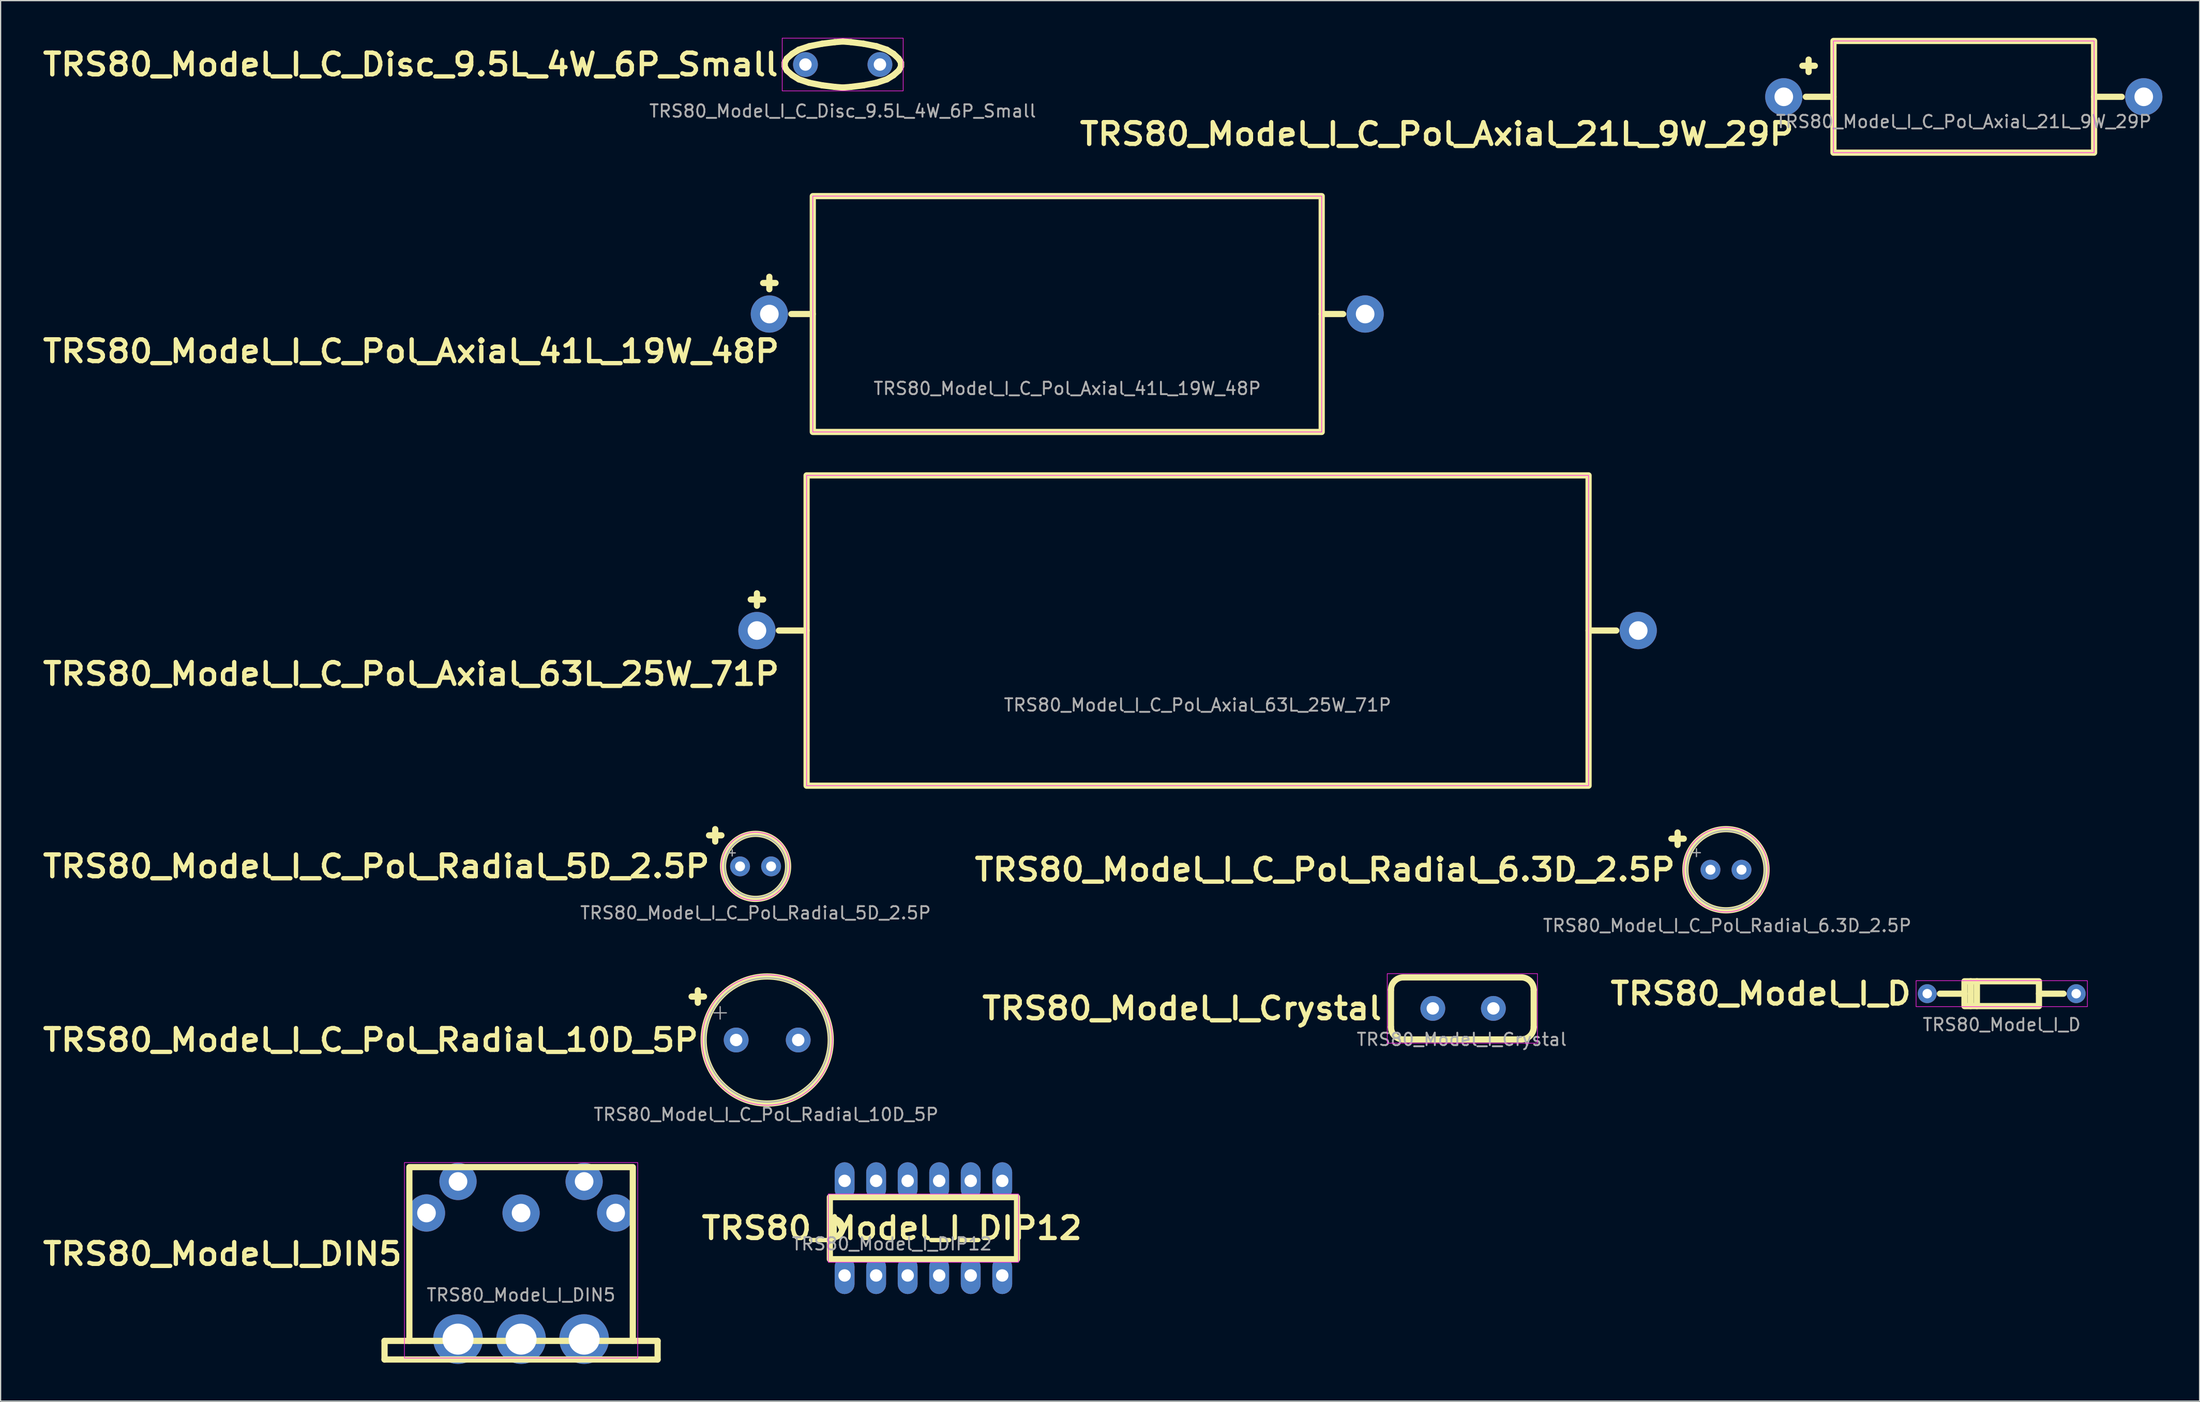
<source format=kicad_pcb>
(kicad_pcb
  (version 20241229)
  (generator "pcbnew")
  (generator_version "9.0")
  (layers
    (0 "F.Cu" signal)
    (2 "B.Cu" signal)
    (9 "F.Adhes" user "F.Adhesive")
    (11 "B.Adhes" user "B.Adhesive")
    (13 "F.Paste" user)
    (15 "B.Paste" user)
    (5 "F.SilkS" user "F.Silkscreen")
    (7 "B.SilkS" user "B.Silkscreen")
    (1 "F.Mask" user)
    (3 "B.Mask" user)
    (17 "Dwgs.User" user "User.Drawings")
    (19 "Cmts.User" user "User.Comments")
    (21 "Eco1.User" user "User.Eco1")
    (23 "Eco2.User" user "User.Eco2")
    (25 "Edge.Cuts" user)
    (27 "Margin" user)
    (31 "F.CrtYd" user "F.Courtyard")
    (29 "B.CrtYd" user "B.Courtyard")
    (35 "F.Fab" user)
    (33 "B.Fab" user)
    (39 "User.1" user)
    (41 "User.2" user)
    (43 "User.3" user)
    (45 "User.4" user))
  (footprint "TRS80_Model_I_C_Pol_Axial_41L_19W_48P"
    (layer "F.Cu")
    (at 82.932 22.25)
    (property "Reference" "TRS80_Model_I_C_Pol_Axial_41L_19W_48P" (at -23 3 0) (unlocked yes) (layer "F.SilkS") (effects (font (size 1.75 1.9) (thickness 0.35) (bold yes)) (justify right)))
    (attr through_hole)
    (fp_line (start -24.5 -2.5) (end -23.5 -2.5) (stroke (width 0.5) (type solid)) (layer "F.SilkS"))
    (fp_line (start -24 -3) (end -24 -2) (stroke (width 0.5) (type solid)) (layer "F.SilkS"))
    (fp_line (start -20.5 0) (end -22.225 0) (stroke (width 0.5) (type default)) (layer "F.SilkS"))
    (fp_line (start 20.5 0) (end 22.225 0) (stroke (width 0.5) (type default)) (layer "F.SilkS"))
    (fp_rect (start -20.5 -9.5) (end 20.5 9.5) (stroke (width 0.5) (type default)) (fill no) (layer "F.SilkS"))
    (fp_rect (start -20.5 -9.5) (end 20.5 9.5) (stroke (width 0.05) (type default)) (fill no) (layer "F.CrtYd"))
    (fp_text user "${REFERENCE}" (at 0 6 0) (unlocked yes) (layer "F.Fab") (effects (font (size 1 1) (thickness 0.15))))
    (pad "1" thru_hole circle (at -24 0) (size 3 3) (drill 1.5) (layers "*.Cu" "*.Mask"))
    (pad "2" thru_hole circle (at 24 0) (size 3 3) (drill 1.5) (layers "*.Cu" "*.Mask")))
  (footprint "TRS80_Model_I_DIP12"
    (layer "F.Cu")
    (at 71.345 95.897)
    (property "Reference" "TRS80_Model_I_DIP12" (at -2.54 0 0) (unlocked yes) (layer "F.SilkS") (effects (font (size 1.75 1.9) (thickness 0.35) (bold yes))))
    (attr through_hole)
    (fp_rect (start -7.54 -2.5) (end 7.54 2.5) (stroke (width 0.5) (type default)) (fill no) (layer "F.SilkS"))
    (fp_arc (start -7.29 -0.75) (mid -6.54 0) (end -7.29 0.75) (stroke (width 0.5) (type default)) (layer "F.SilkS"))
    (fp_rect (start -7.663 -2.75) (end 7.663 2.75) (stroke (width 0.05) (type default)) (fill no) (layer "F.CrtYd"))
    (fp_text user "${REFERENCE}" (at -2.54 1.27 0) (unlocked yes) (layer "F.Fab") (effects (font (size 1 1) (thickness 0.15))))
    (pad "1" thru_hole roundrect (at -6.35 3.81) (size 1.6 3) (drill 1) (layers "*.Cu" "*.Mask") (roundrect_rratio 0.5))
    (pad "2" thru_hole roundrect (at -3.81 3.81) (size 1.6 3) (drill 1) (layers "*.Cu" "*.Mask") (roundrect_rratio 0.5))
    (pad "3" thru_hole roundrect (at -1.27 3.81) (size 1.6 3) (drill 1) (layers "*.Cu" "*.Mask") (roundrect_rratio 0.5))
    (pad "4" thru_hole roundrect (at 1.27 3.81) (size 1.6 3) (drill 1) (layers "*.Cu" "*.Mask") (roundrect_rratio 0.5))
    (pad "5" thru_hole roundrect (at 3.81 3.81) (size 1.6 3) (drill 1) (layers "*.Cu" "*.Mask") (roundrect_rratio 0.5))
    (pad "6" thru_hole roundrect (at 6.35 3.81) (size 1.6 3) (drill 1) (layers "*.Cu" "*.Mask") (roundrect_rratio 0.5))
    (pad "7" thru_hole roundrect (at 6.35 -3.81) (size 1.6 3) (drill 1) (layers "*.Cu" "*.Mask") (roundrect_rratio 0.5))
    (pad "8" thru_hole roundrect (at 3.81 -3.81) (size 1.6 3) (drill 1) (layers "*.Cu" "*.Mask") (roundrect_rratio 0.5))
    (pad "9" thru_hole roundrect (at 1.27 -3.81) (size 1.6 3) (drill 1) (layers "*.Cu" "*.Mask") (roundrect_rratio 0.5))
    (pad "10" thru_hole roundrect (at -1.27 -3.81) (size 1.6 3) (drill 1) (layers "*.Cu" "*.Mask") (roundrect_rratio 0.5))
    (pad "11" thru_hole roundrect (at -3.81 -3.81) (size 1.6 3) (drill 1) (layers "*.Cu" "*.Mask") (roundrect_rratio 0.5))
    (pad "12" thru_hole roundrect (at -6.35 -3.81) (size 1.6 3) (drill 1) (layers "*.Cu" "*.Mask") (roundrect_rratio 0.5)))
  (footprint "TRS80_Model_I_C_Pol_Radial_5D_2.5P"
    (layer "F.Cu")
    (at 57.822 66.75)
    (property "Reference" "TRS80_Model_I_C_Pol_Radial_5D_2.5P" (at -3.5 0 0) (unlocked yes) (layer "F.SilkS") (effects (font (size 1.75 1.9) (thickness 0.35) (bold yes)) (justify right)))
    (attr through_hole)
    (fp_line (start -3.75 -2.5) (end -2.75 -2.5) (stroke (width 0.5) (type solid)) (layer "F.SilkS"))
    (fp_line (start -3.25 -3) (end -3.25 -2) (stroke (width 0.5) (type solid)) (layer "F.SilkS"))
    (fp_circle (center 0 0) (end 2.62 0) (stroke (width 0.5) (type solid)) (fill no) (layer "F.SilkS"))
    (fp_circle (center 0 0) (end 2.75 0) (stroke (width 0.05) (type solid)) (fill no) (layer "F.CrtYd"))
    (fp_line (start -2.134 -1.087) (end -1.634 -1.087) (stroke (width 0.1) (type solid)) (layer "F.Fab"))
    (fp_line (start -1.884 -1.337) (end -1.884 -0.838) (stroke (width 0.1) (type solid)) (layer "F.Fab"))
    (fp_circle (center 0 0) (end 2.5 0) (stroke (width 0.1) (type solid)) (fill no) (layer "F.Fab"))
    (fp_text user "${REFERENCE}" (at 0 3.75 0) (unlocked yes) (layer "F.Fab") (effects (font (size 1 1) (thickness 0.15))))
    (pad "1" thru_hole circle (at -1.25 0) (size 1.6 1.6) (drill 0.8) (layers "*.Cu" "*.Mask"))
    (pad "2" thru_hole circle (at 1.25 0) (size 1.6 1.6) (drill 0.8) (layers "*.Cu" "*.Mask")))
  (footprint "TRS80_Model_I_C_Pol_Axial_21L_9W_29P"
    (layer "F.Cu")
    (at 155.16 4.75)
    (property "Reference" "TRS80_Model_I_C_Pol_Axial_21L_9W_29P" (at -13.5 3 0) (unlocked yes) (layer "F.SilkS") (effects (font (size 1.75 1.9) (thickness 0.35) (bold yes)) (justify right)))
    (attr through_hole)
    (fp_line (start -13 -2.5) (end -12 -2.5) (stroke (width 0.5) (type solid)) (layer "F.SilkS"))
    (fp_line (start -12.5 -3) (end -12.5 -2) (stroke (width 0.5) (type solid)) (layer "F.SilkS"))
    (fp_line (start -10.5 0) (end -12.725 0) (stroke (width 0.5) (type default)) (layer "F.SilkS"))
    (fp_line (start 10.5 0) (end 12.725 0) (stroke (width 0.5) (type default)) (layer "F.SilkS"))
    (fp_rect (start -10.5 -4.5) (end 10.5 4.5) (stroke (width 0.5) (type default)) (fill no) (layer "F.SilkS"))
    (fp_rect (start -10.5 -4.5) (end 10.5 4.5) (stroke (width 0.05) (type default)) (fill no) (layer "F.CrtYd"))
    (fp_text user "${REFERENCE}" (at 0 2 0) (unlocked yes) (layer "F.Fab") (effects (font (size 1 1) (thickness 0.15))))
    (pad "1" thru_hole circle (at -14.5 0) (size 3 3) (drill 1.5) (layers "*.Cu" "*.Mask"))
    (pad "2" thru_hole circle (at 14.5 0) (size 3 3) (drill 1.5) (layers "*.Cu" "*.Mask")))
  (footprint "TRS80_Model_I_C_Pol_Axial_63L_25W_71P"
    (layer "F.Cu")
    (at 93.432 47.75)
    (property "Reference" "TRS80_Model_I_C_Pol_Axial_63L_25W_71P" (at -33.5 3.5 0) (unlocked yes) (layer "F.SilkS") (effects (font (size 1.75 1.9) (thickness 0.35) (bold yes)) (justify right)))
    (attr through_hole)
    (fp_line (start -36 -2.5) (end -35 -2.5) (stroke (width 0.5) (type solid)) (layer "F.SilkS"))
    (fp_line (start -35.5 -3) (end -35.5 -2) (stroke (width 0.5) (type solid)) (layer "F.SilkS"))
    (fp_line (start -31.5 0) (end -33.731 0) (stroke (width 0.5) (type default)) (layer "F.SilkS"))
    (fp_line (start 31.5 0) (end 33.731 0) (stroke (width 0.5) (type default)) (layer "F.SilkS"))
    (fp_rect (start -31.5 -12.5) (end 31.5 12.5) (stroke (width 0.5) (type default)) (fill no) (layer "F.SilkS"))
    (fp_rect (start -31.5 -12.5) (end 31.5 12.5) (stroke (width 0.05) (type default)) (fill no) (layer "F.CrtYd"))
    (fp_text user "${REFERENCE}" (at 0 6 0) (unlocked yes) (layer "F.Fab") (effects (font (size 1 1) (thickness 0.15))))
    (pad "1" thru_hole circle (at -35.5 0) (size 3 3) (drill 1.5) (layers "*.Cu" "*.Mask"))
    (pad "2" thru_hole circle (at 35.5 0) (size 3 3) (drill 1.5) (layers "*.Cu" "*.Mask")))
  (footprint "TRS80_Model_I_C_Disc_9.5L_4W_6P_Small"
    (layer "F.Cu")
    (at 64.841 2.148)
    (property "Reference" "TRS80_Model_I_C_Disc_9.5L_4W_6P_Small" (at -5 0 0) (unlocked yes) (layer "F.SilkS") (effects (font (size 1.75 1.9) (thickness 0.35) (bold yes)) (justify right)))
    (attr through_hole)
    (fp_line (start -4.674 -0.152) (end -4.674 0) (stroke (width 0.5) (type default)) (layer "F.SilkS"))
    (fp_line (start -4.674 -0.152) (end -4.496 -0.483) (stroke (width 0.5) (type default)) (layer "F.SilkS"))
    (fp_line (start -4.674 0.152) (end -4.674 0) (stroke (width 0.5) (type default)) (layer "F.SilkS"))
    (fp_line (start -4.674 0.152) (end -4.496 0.483) (stroke (width 0.5) (type default)) (layer "F.SilkS"))
    (fp_line (start -4.496 -0.483) (end -4.064 -0.864) (stroke (width 0.5) (type default)) (layer "F.SilkS"))
    (fp_line (start -4.496 0.483) (end -4.064 0.864) (stroke (width 0.5) (type default)) (layer "F.SilkS"))
    (fp_line (start -4.064 -0.864) (end -3.531 -1.194) (stroke (width 0.5) (type default)) (layer "F.SilkS"))
    (fp_line (start -4.064 0.864) (end -3.531 1.194) (stroke (width 0.5) (type default)) (layer "F.SilkS"))
    (fp_line (start -3.531 -1.194) (end -2.692 -1.473) (stroke (width 0.5) (type default)) (layer "F.SilkS"))
    (fp_line (start -3.531 1.194) (end -2.692 1.473) (stroke (width 0.5) (type default)) (layer "F.SilkS"))
    (fp_line (start -2.692 -1.473) (end -1.651 -1.676) (stroke (width 0.5) (type default)) (layer "F.SilkS"))
    (fp_line (start -2.692 1.473) (end -1.651 1.676) (stroke (width 0.5) (type default)) (layer "F.SilkS"))
    (fp_line (start -1.651 -1.676) (end -0.635 -1.803) (stroke (width 0.5) (type default)) (layer "F.SilkS"))
    (fp_line (start -1.651 1.676) (end -0.635 1.803) (stroke (width 0.5) (type default)) (layer "F.SilkS"))
    (fp_line (start -0.635 -1.803) (end 0 -1.854) (stroke (width 0.5) (type default)) (layer "F.SilkS"))
    (fp_line (start -0.635 1.803) (end 0 1.854) (stroke (width 0.5) (type default)) (layer "F.SilkS"))
    (fp_line (start 0.66 -1.803) (end 0.025 -1.854) (stroke (width 0.5) (type default)) (layer "F.SilkS"))
    (fp_line (start 0.66 1.803) (end 0.025 1.854) (stroke (width 0.5) (type default)) (layer "F.SilkS"))
    (fp_line (start 1.676 -1.676) (end 0.66 -1.803) (stroke (width 0.5) (type default)) (layer "F.SilkS"))
    (fp_line (start 1.676 1.676) (end 0.66 1.803) (stroke (width 0.5) (type default)) (layer "F.SilkS"))
    (fp_line (start 2.718 -1.473) (end 1.676 -1.676) (stroke (width 0.5) (type default)) (layer "F.SilkS"))
    (fp_line (start 2.718 1.473) (end 1.676 1.676) (stroke (width 0.5) (type default)) (layer "F.SilkS"))
    (fp_line (start 3.556 -1.194) (end 2.718 -1.473) (stroke (width 0.5) (type default)) (layer "F.SilkS"))
    (fp_line (start 3.556 1.194) (end 2.718 1.473) (stroke (width 0.5) (type default)) (layer "F.SilkS"))
    (fp_line (start 4.089 -0.864) (end 3.556 -1.194) (stroke (width 0.5) (type default)) (layer "F.SilkS"))
    (fp_line (start 4.089 0.864) (end 3.556 1.194) (stroke (width 0.5) (type default)) (layer "F.SilkS"))
    (fp_line (start 4.496 -0.483) (end 4.089 -0.864) (stroke (width 0.5) (type default)) (layer "F.SilkS"))
    (fp_line (start 4.521 0.483) (end 4.089 0.864) (stroke (width 0.5) (type default)) (layer "F.SilkS"))
    (fp_line (start 4.699 -0.152) (end 4.496 -0.483) (stroke (width 0.5) (type default)) (layer "F.SilkS"))
    (fp_line (start 4.699 -0.152) (end 4.699 0) (stroke (width 0.5) (type default)) (layer "F.SilkS"))
    (fp_line (start 4.699 0.152) (end 4.521 0.483) (stroke (width 0.5) (type default)) (layer "F.SilkS"))
    (fp_line (start 4.699 0.152) (end 4.699 0) (stroke (width 0.5) (type default)) (layer "F.SilkS"))
    (fp_rect (start -4.873 -2.123) (end 4.873 2.123) (stroke (width 0.05) (type default)) (fill no) (layer "F.CrtYd"))
    (fp_text user "${REFERENCE}" (at 0 3.75 0) (unlocked yes) (layer "F.Fab") (effects (font (size 1 1) (thickness 0.15))))
    (pad "1" thru_hole circle (at -3 0) (size 2 2) (drill 1) (layers "*.Cu" "*.Mask"))
    (pad "2" thru_hole circle (at 3 0) (size 2 2) (drill 1) (layers "*.Cu" "*.Mask")))
  (footprint "TRS80_Model_I_D"
    (layer "F.Cu")
    (at 158.217 77.006)
    (property "Reference" "TRS80_Model_I_D" (at -7.1 0 0) (unlocked yes) (layer "F.SilkS") (effects (font (size 1.75 1.9) (thickness 0.35) (bold yes)) (justify right)))
    (attr through_hole)
    (fp_line (start -3 0) (end -4.978 0) (stroke (width 0.5) (type default)) (layer "F.SilkS"))
    (fp_line (start -2.5 -1) (end -2.5 1) (stroke (width 0.5) (type default)) (layer "F.SilkS"))
    (fp_line (start -2 -1) (end -2 1) (stroke (width 0.5) (type default)) (layer "F.SilkS"))
    (fp_line (start 3 0) (end 4.978 0) (stroke (width 0.5) (type default)) (layer "F.SilkS"))
    (fp_rect (start -3 -1) (end 3 1) (stroke (width 0.5) (type default)) (fill no) (layer "F.SilkS"))
    (fp_rect (start -6.9 -1.046) (end 6.9 1.046) (stroke (width 0.05) (type default)) (fill no) (layer "F.CrtYd"))
    (fp_text user "${REFERENCE}" (at 0 2.5 0) (unlocked yes) (layer "F.Fab") (effects (font (size 1 1) (thickness 0.15))))
    (pad "1" thru_hole circle (at -6 0) (size 1.524 1.524) (drill 0.762) (layers "*.Cu" "*.Mask"))
    (pad "2" thru_hole circle (at 6 0) (size 1.524 1.524) (drill 0.762) (layers "*.Cu" "*.Mask")))
  (footprint "TRS80_Model_I_C_Pol_Radial_6.3D_2.5P"
    (layer "F.Cu")
    (at 136.103 67.02)
    (property "Reference" "TRS80_Model_I_C_Pol_Radial_6.3D_2.5P" (at -4 0 0) (unlocked yes) (layer "F.SilkS") (effects (font (size 1.75 1.9) (thickness 0.35) (bold yes)) (justify right)))
    (attr through_hole)
    (fp_line (start -4.5 -2.5) (end -3.5 -2.5) (stroke (width 0.5) (type solid)) (layer "F.SilkS"))
    (fp_line (start -4 -3) (end -4 -2) (stroke (width 0.5) (type solid)) (layer "F.SilkS"))
    (fp_circle (center -0.1 0) (end 3.17 0) (stroke (width 0.5) (type solid)) (fill no) (layer "F.SilkS"))
    (fp_circle (center -0.1 0) (end 3.3 0) (stroke (width 0.05) (type solid)) (fill no) (layer "F.CrtYd"))
    (fp_line (start -2.794 -1.373) (end -2.164 -1.373) (stroke (width 0.1) (type solid)) (layer "F.Fab"))
    (fp_line (start -2.479 -1.688) (end -2.479 -1.058) (stroke (width 0.1) (type solid)) (layer "F.Fab"))
    (fp_circle (center -0.1 0) (end 3.05 0) (stroke (width 0.1) (type solid)) (fill no) (layer "F.Fab"))
    (fp_text user "${REFERENCE}" (at 0 4.5 0) (unlocked yes) (layer "F.Fab") (effects (font (size 1 1) (thickness 0.15))))
    (pad "1" thru_hole circle (at -1.35 0) (size 1.6 1.6) (drill 0.8) (layers "*.Cu" "*.Mask"))
    (pad "2" thru_hole circle (at 1.15 0) (size 1.6 1.6) (drill 0.8) (layers "*.Cu" "*.Mask")))
  (footprint "TRS80_Model_I_Crystal"
    (layer "F.Cu")
    (at 114.713 78.193)
    (property "Reference" "TRS80_Model_I_Crystal" (at -6.25 0 0) (unlocked yes) (layer "F.SilkS") (effects (font (size 1.75 1.9) (thickness 0.35) (bold yes)) (justify right)))
    (attr through_hole)
    (fp_line (start -5.7 -1.5) (end -5.7 1.5) (stroke (width 0.5) (type default)) (layer "F.SilkS"))
    (fp_line (start -4.7 -2.5) (end 4.8 -2.5) (stroke (width 0.5) (type default)) (layer "F.SilkS"))
    (fp_line (start 4.8 2.5) (end -4.7 2.5) (stroke (width 0.5) (type default)) (layer "F.SilkS"))
    (fp_line (start 5.8 -1.5) (end 5.8 1.5) (stroke (width 0.5) (type default)) (layer "F.SilkS"))
    (fp_arc (start -5.7 -1.5) (mid -5.407107 -2.207106) (end -4.7 -2.5) (stroke (width 0.5) (type default)) (layer "F.SilkS"))
    (fp_arc (start -4.7 2.5) (mid -5.407106 2.207107) (end -5.7 1.5) (stroke (width 0.5) (type default)) (layer "F.SilkS"))
    (fp_arc (start 4.8 -2.5) (mid 5.507106 -2.207107) (end 5.8 -1.5) (stroke (width 0.5) (type default)) (layer "F.SilkS"))
    (fp_arc (start 5.8 1.5) (mid 5.507107 2.207106) (end 4.8 2.5) (stroke (width 0.5) (type default)) (layer "F.SilkS"))
    (fp_rect (start -6 -2.8) (end 6.1 2.8) (stroke (width 0.05) (type default)) (fill no) (layer "F.CrtYd"))
    (fp_text user "${REFERENCE}" (at 0 2.5 0) (unlocked yes) (layer "F.Fab") (effects (font (size 1 1) (thickness 0.15))))
    (pad "1" thru_hole circle (at -2.33 0) (size 2 2) (drill 1) (layers "*.Cu" "*.Mask"))
    (pad "2" thru_hole circle (at 2.55 0) (size 2 2) (drill 1) (layers "*.Cu" "*.Mask")))
  (footprint "TRS80_Model_I_C_Pol_Radial_10D_5P"
    (layer "F.Cu")
    (at 58.668 80.738)
    (property "Reference" "TRS80_Model_I_C_Pol_Radial_10D_5P" (at -5.25 0 0) (unlocked yes) (layer "F.SilkS") (effects (font (size 1.75 1.9) (thickness 0.35) (bold yes)) (justify right)))
    (attr through_hole)
    (fp_line (start -6 -3.5) (end -5 -3.5) (stroke (width 0.5) (type solid)) (layer "F.SilkS"))
    (fp_line (start -5.5 -4) (end -5.5 -3) (stroke (width 0.5) (type solid)) (layer "F.SilkS"))
    (fp_circle (center 0.09 0) (end 5.21 0) (stroke (width 0.5) (type solid)) (fill no) (layer "F.SilkS"))
    (fp_circle (center 0.09 0) (end 5.34 0) (stroke (width 0.05) (type solid)) (fill no) (layer "F.CrtYd"))
    (fp_line (start -4.199 -2.188) (end -3.199 -2.188) (stroke (width 0.1) (type solid)) (layer "F.Fab"))
    (fp_line (start -3.699 -2.688) (end -3.699 -1.688) (stroke (width 0.1) (type solid)) (layer "F.Fab"))
    (fp_circle (center 0.09 0) (end 5.09 0) (stroke (width 0.1) (type solid)) (fill no) (layer "F.Fab"))
    (fp_text user "${REFERENCE}" (at 0 6 0) (unlocked yes) (layer "F.Fab") (effects (font (size 1 1) (thickness 0.15))))
    (pad "1" thru_hole circle (at -2.41 0) (size 2 2) (drill 1) (layers "*.Cu" "*.Mask"))
    (pad "2" thru_hole circle (at 2.59 0) (size 2 2) (drill 1) (layers "*.Cu" "*.Mask")))
  (footprint "TRS80_Model_I_DIN5"
    (layer "F.Cu")
    (at 38.93 97.978)
    (property "Reference" "TRS80_Model_I_DIN5" (at -9.398 0 0) (unlocked yes) (layer "F.SilkS") (effects (font (size 1.75 1.9) (thickness 0.35) (bold yes)) (justify right)))
    (attr through_hole)
    (fp_line (start -11 7) (end -11 8.5) (stroke (width 0.5) (type default)) (layer "F.SilkS"))
    (fp_line (start -9 7) (end -11 7) (stroke (width 0.5) (type default)) (layer "F.SilkS"))
    (fp_line (start 9 7) (end 11 7) (stroke (width 0.5) (type default)) (layer "F.SilkS"))
    (fp_line (start 11 7) (end 11 8.5) (stroke (width 0.5) (type default)) (layer "F.SilkS"))
    (fp_line (start 11 8.5) (end -11 8.5) (stroke (width 0.5) (type default)) (layer "F.SilkS"))
    (fp_rect (start -9 -7) (end 9 7) (stroke (width 0.5) (type default)) (fill no) (layer "F.SilkS"))
    (fp_rect (start -9.398 -7.366) (end 9.398 8.382) (stroke (width 0.05) (type default)) (fill no) (layer "F.CrtYd"))
    (fp_text user "${REFERENCE}" (at 0 3.302 0) (unlocked yes) (layer "F.Fab") (effects (font (size 1 1) (thickness 0.15))))
    (pad "1" thru_hole circle (at 7.62 -3.302) (size 3 3) (drill 1.5) (layers "*.Cu" "*.Mask"))
    (pad "2" thru_hole circle (at 0 -3.302) (size 3 3) (drill 1.5) (layers "*.Cu" "*.Mask"))
    (pad "3" thru_hole circle (at -7.62 -3.302) (size 3 3) (drill 1.5) (layers "*.Cu" "*.Mask"))
    (pad "4" thru_hole circle (at 5.08 -5.842) (size 3 3) (drill 1.5) (layers "*.Cu" "*.Mask"))
    (pad "5" thru_hole circle (at -5.08 -5.842) (size 3 3) (drill 1.5) (layers "*.Cu" "*.Mask"))
    (pad "6" thru_hole circle (at -5.08 6.858) (size 4 4) (drill 2.5) (layers "*.Cu" "*.Mask"))
    (pad "6" thru_hole circle (at 0 6.858) (size 4 4) (drill 2.5) (layers "*.Cu" "*.Mask"))
    (pad "6" thru_hole circle (at 5.08 6.858) (size 4 4) (drill 2.5) (layers "*.Cu" "*.Mask")))
  (gr_rect
    (start -3 -3)
    (end 174.16 109.835)
    (stroke (width 0.1) (type default))
    (fill no)
    (layer "Edge.Cuts")))
</source>
